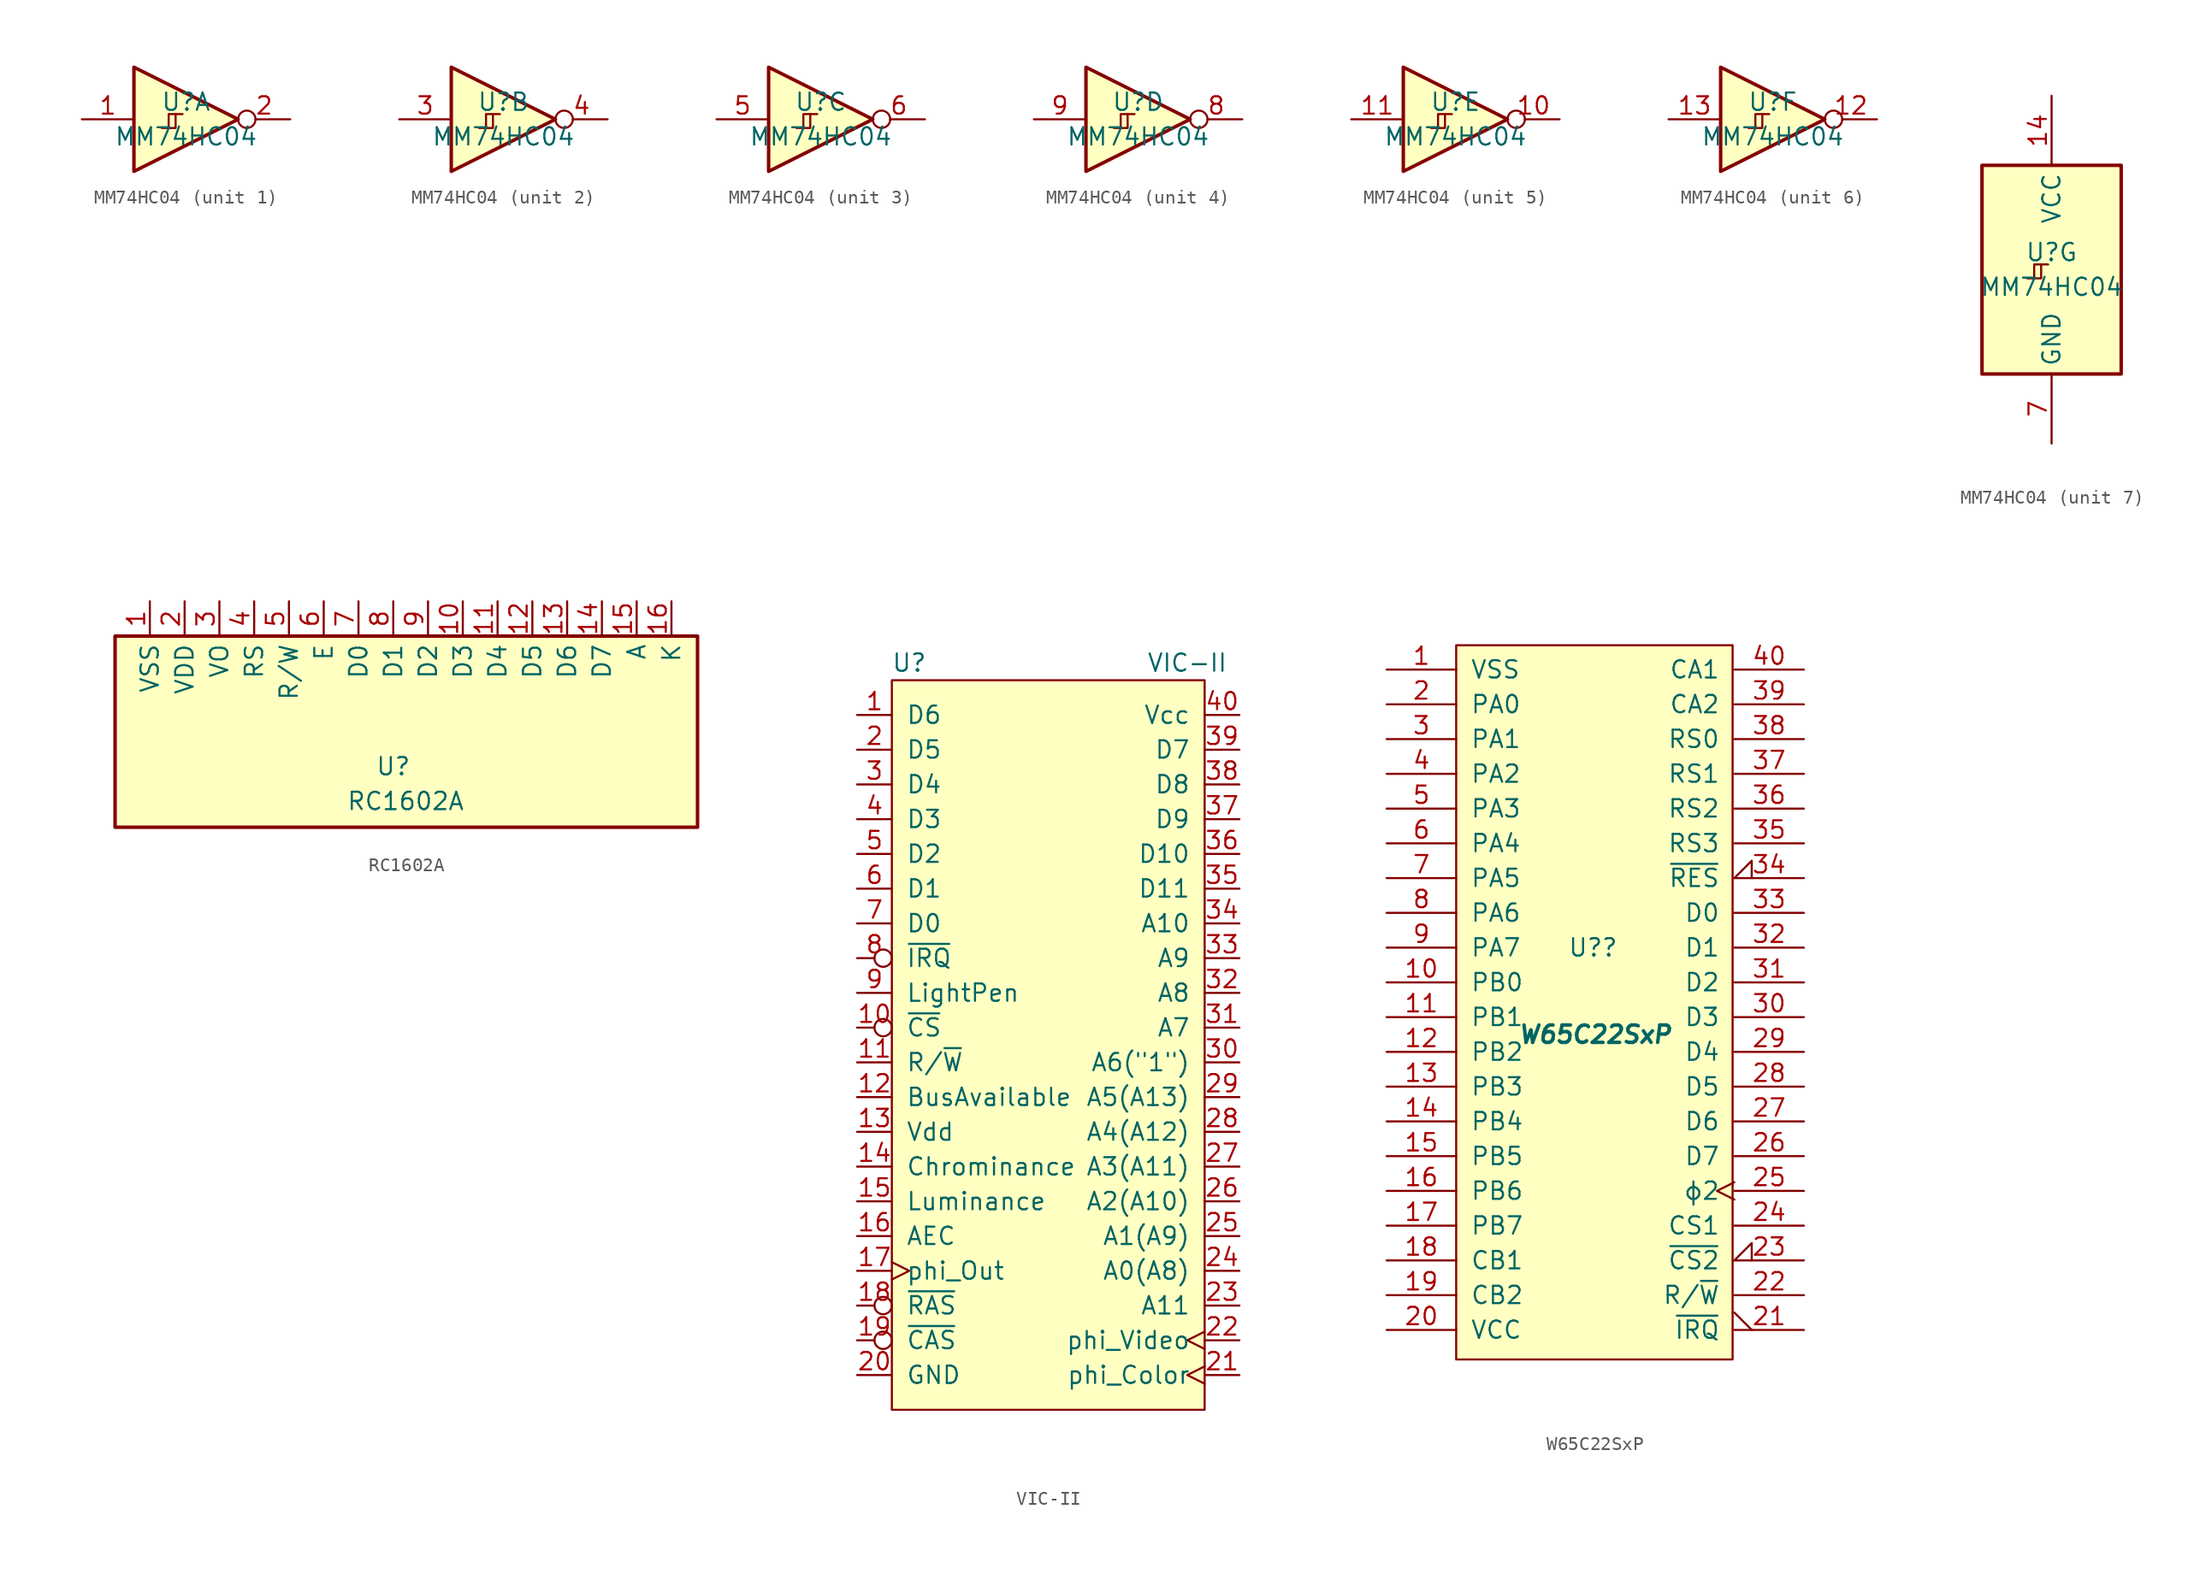
<source format=kicad_sym>
(kicad_symbol_lib
  (version 20220914)
  (generator kicad_symbol_editor)
  (symbol "MM74HC04"
    (property "Reference" "U"
      (at 0 1.27 0)
      (effects (font (size 1.27 1.27))))
    (property "Value" "MM74HC04"
      (at 0 -1.27 0)
      (effects (font (size 1.27 1.27))))
    (property "ki_locked" ""
      (at 0 0 0)
      (effects (font (size 1.27 1.27))))
    (symbol "MM74HC04_0_1"
      (polyline (pts (xy -0.762 0.381) (xy -0.254 0.381)) (stroke (width 0) (type default)) (fill (type none)))
      (polyline (pts (xy -1.27 -0.635) (xy -1.27 0.381) (xy -0.762 0.381) (xy -0.762 -0.635) (xy -1.778 -0.635)) (stroke (width 0) (type default)) (fill (type none))))
    (symbol "MM74HC04_1_0"
      (polyline (pts (xy -3.81 3.81) (xy -3.81 -3.81) (xy 3.81 0) (xy -3.81 3.81)) (stroke (width 0.254) (type default)) (fill (type background)))
      (pin input line (at -7.62 0 0) (length 3.81) (name "~" (effects (font (size 1.27 1.27)))) (number "1" (effects (font (size 1.27 1.27)))))
      (pin output inverted (at 7.62 0 180) (length 3.81) (name "~" (effects (font (size 1.27 1.27)))) (number "2" (effects (font (size 1.27 1.27))))))
    (symbol "MM74HC04_2_0"
      (polyline (pts (xy -3.81 3.81) (xy -3.81 -3.81) (xy 3.81 0) (xy -3.81 3.81)) (stroke (width 0.254) (type default)) (fill (type background)))
      (pin input line (at -7.62 0 0) (length 3.81) (name "~" (effects (font (size 1.27 1.27)))) (number "3" (effects (font (size 1.27 1.27)))))
      (pin output inverted (at 7.62 0 180) (length 3.81) (name "~" (effects (font (size 1.27 1.27)))) (number "4" (effects (font (size 1.27 1.27))))))
    (symbol "MM74HC04_3_0"
      (polyline (pts (xy -3.81 3.81) (xy -3.81 -3.81) (xy 3.81 0) (xy -3.81 3.81)) (stroke (width 0.254) (type default)) (fill (type background)))
      (pin input line (at -7.62 0 0) (length 3.81) (name "~" (effects (font (size 1.27 1.27)))) (number "5" (effects (font (size 1.27 1.27)))))
      (pin output inverted (at 7.62 0 180) (length 3.81) (name "~" (effects (font (size 1.27 1.27)))) (number "6" (effects (font (size 1.27 1.27))))))
    (symbol "MM74HC04_4_0"
      (polyline (pts (xy -3.81 3.81) (xy -3.81 -3.81) (xy 3.81 0) (xy -3.81 3.81)) (stroke (width 0.254) (type default)) (fill (type background)))
      (pin output inverted (at 7.62 0 180) (length 3.81) (name "~" (effects (font (size 1.27 1.27)))) (number "8" (effects (font (size 1.27 1.27)))))
      (pin input line (at -7.62 0 0) (length 3.81) (name "~" (effects (font (size 1.27 1.27)))) (number "9" (effects (font (size 1.27 1.27))))))
    (symbol "MM74HC04_5_0"
      (polyline (pts (xy -3.81 3.81) (xy -3.81 -3.81) (xy 3.81 0) (xy -3.81 3.81)) (stroke (width 0.254) (type default)) (fill (type background)))
      (pin output inverted (at 7.62 0 180) (length 3.81) (name "~" (effects (font (size 1.27 1.27)))) (number "10" (effects (font (size 1.27 1.27)))))
      (pin input line (at -7.62 0 0) (length 3.81) (name "~" (effects (font (size 1.27 1.27)))) (number "11" (effects (font (size 1.27 1.27))))))
    (symbol "MM74HC04_6_0"
      (polyline (pts (xy -3.81 3.81) (xy -3.81 -3.81) (xy 3.81 0) (xy -3.81 3.81)) (stroke (width 0.254) (type default)) (fill (type background)))
      (pin output inverted (at 7.62 0 180) (length 3.81) (name "~" (effects (font (size 1.27 1.27)))) (number "12" (effects (font (size 1.27 1.27)))))
      (pin input line (at -7.62 0 0) (length 3.81) (name "~" (effects (font (size 1.27 1.27)))) (number "13" (effects (font (size 1.27 1.27))))))
    (symbol "MM74HC04_7_0"
      (pin power_in line (at 0 12.7 270) (length 5.08) (name "VCC" (effects (font (size 1.27 1.27)))) (number "14" (effects (font (size 1.27 1.27)))))
      (pin power_in line (at 0 -12.7 90) (length 5.08) (name "GND" (effects (font (size 1.27 1.27)))) (number "7" (effects (font (size 1.27 1.27))))))
    (symbol "MM74HC04_7_1"
      (rectangle (start -5.08 7.62) (end 5.08 -7.62) (stroke (width 0.254) (type default)) (fill (type background)))))
  (symbol "RC1602A"
    (property "Reference" "U"
      (at -1.27 -2.54 0)
      (effects (font (size 1.27 1.27))))
    (property "Value" "RC1602A"
      (at -4.699 -5.08 0)
      (effects (font (size 1.27 1.27)) (justify left)))
    (symbol "RC1602A_0_1"
      (rectangle (start -21.59 6.985) (end 20.955 -6.985) (stroke (width 0.254) (type default)) (fill (type background))))
    (symbol "RC1602A_1_1"
      (pin power_in line (at -19.05 9.525 270) (length 2.54) (name "VSS" (effects (font (size 1.27 1.27)))) (number "1" (effects (font (size 1.27 1.27)))))
      (pin bidirectional line (at 3.81 9.525 270) (length 2.54) (name "D3" (effects (font (size 1.27 1.27)))) (number "10" (effects (font (size 1.27 1.27)))))
      (pin bidirectional line (at 6.35 9.525 270) (length 2.54) (name "D4" (effects (font (size 1.27 1.27)))) (number "11" (effects (font (size 1.27 1.27)))))
      (pin bidirectional line (at 8.89 9.525 270) (length 2.54) (name "D5" (effects (font (size 1.27 1.27)))) (number "12" (effects (font (size 1.27 1.27)))))
      (pin bidirectional line (at 11.43 9.525 270) (length 2.54) (name "D6" (effects (font (size 1.27 1.27)))) (number "13" (effects (font (size 1.27 1.27)))))
      (pin bidirectional line (at 13.97 9.525 270) (length 2.54) (name "D7" (effects (font (size 1.27 1.27)))) (number "14" (effects (font (size 1.27 1.27)))))
      (pin power_in line (at 16.51 9.525 270) (length 2.54) (name "A" (effects (font (size 1.27 1.27)))) (number "15" (effects (font (size 1.27 1.27)))))
      (pin power_in line (at 19.05 9.525 270) (length 2.54) (name "K" (effects (font (size 1.27 1.27)))) (number "16" (effects (font (size 1.27 1.27)))))
      (pin power_in line (at -16.51 9.525 270) (length 2.54) (name "VDD" (effects (font (size 1.27 1.27)))) (number "2" (effects (font (size 1.27 1.27)))))
      (pin power_in line (at -13.97 9.525 270) (length 2.54) (name "VO" (effects (font (size 1.27 1.27)))) (number "3" (effects (font (size 1.27 1.27)))))
      (pin input line (at -11.43 9.525 270) (length 2.54) (name "RS" (effects (font (size 1.27 1.27)))) (number "4" (effects (font (size 1.27 1.27)))))
      (pin input line (at -8.89 9.525 270) (length 2.54) (name "R/W" (effects (font (size 1.27 1.27)))) (number "5" (effects (font (size 1.27 1.27)))))
      (pin input line (at -6.35 9.525 270) (length 2.54) (name "E" (effects (font (size 1.27 1.27)))) (number "6" (effects (font (size 1.27 1.27)))))
      (pin bidirectional line (at -3.81 9.525 270) (length 2.54) (name "D0" (effects (font (size 1.27 1.27)))) (number "7" (effects (font (size 1.27 1.27)))))
      (pin bidirectional line (at -1.27 9.525 270) (length 2.54) (name "D1" (effects (font (size 1.27 1.27)))) (number "8" (effects (font (size 1.27 1.27)))))
      (pin bidirectional line (at 1.27 9.525 270) (length 2.54) (name "D2" (effects (font (size 1.27 1.27)))) (number "9" (effects (font (size 1.27 1.27)))))))
  (symbol "VIC-II"
    (pin_names
      (offset 1.016))
    (property "Reference" "U"
      (at -10.16 27.94 0)
      (effects (font (size 1.27 1.27))))
    (property "Value" "VIC-II"
      (at 10.16 27.94 0)
      (effects (font (size 1.27 1.27))))
    (symbol "VIC-II_0_1"
      (polyline (pts (xy 0 26.67) (xy 8.89 26.67) (xy 11.43 26.67) (xy 11.43 -26.67) (xy -11.43 -26.67) (xy -11.43 26.67) (xy 0 26.67)) (stroke (width 0) (type default)) (fill (type background))))
    (symbol "VIC-II_1_1"
      (pin bidirectional line (at -13.97 24.13 0) (length 2.54) (name "D6" (effects (font (size 1.27 1.27)))) (number "1" (effects (font (size 1.27 1.27)))))
      (pin input inverted (at -13.97 1.27 0) (length 2.54) (name "~{CS}" (effects (font (size 1.27 1.27)))) (number "10" (effects (font (size 1.27 1.27)))))
      (pin output line (at -13.97 -1.27 0) (length 2.54) (name "R/~{W}" (effects (font (size 1.27 1.27)))) (number "11" (effects (font (size 1.27 1.27)))))
      (pin output line (at -13.97 -3.81 0) (length 2.54) (name "BusAvailable" (effects (font (size 1.27 1.27)))) (number "12" (effects (font (size 1.27 1.27)))))
      (pin power_in line (at -13.97 -6.35 0) (length 2.54) (name "Vdd" (effects (font (size 1.27 1.27)))) (number "13" (effects (font (size 1.27 1.27)))))
      (pin output line (at -13.97 -8.89 0) (length 2.54) (name "Chrominance" (effects (font (size 1.27 1.27)))) (number "14" (effects (font (size 1.27 1.27)))))
      (pin output line (at -13.97 -11.43 0) (length 2.54) (name "Luminance" (effects (font (size 1.27 1.27)))) (number "15" (effects (font (size 1.27 1.27)))))
      (pin output line (at -13.97 -13.97 0) (length 2.54) (name "AEC" (effects (font (size 1.27 1.27)))) (number "16" (effects (font (size 1.27 1.27)))))
      (pin output clock (at -13.97 -16.51 0) (length 2.54) (name "phi_Out" (effects (font (size 1.27 1.27)))) (number "17" (effects (font (size 1.27 1.27)))))
      (pin input inverted (at -13.97 -19.05 0) (length 2.54) (name "~{RAS}" (effects (font (size 1.27 1.27)))) (number "18" (effects (font (size 1.27 1.27)))))
      (pin input inverted (at -13.97 -21.59 0) (length 2.54) (name "~{CAS}" (effects (font (size 1.27 1.27)))) (number "19" (effects (font (size 1.27 1.27)))))
      (pin bidirectional line (at -13.97 21.59 0) (length 2.54) (name "D5" (effects (font (size 1.27 1.27)))) (number "2" (effects (font (size 1.27 1.27)))))
      (pin power_in line (at -13.97 -24.13 0) (length 2.54) (name "GND" (effects (font (size 1.27 1.27)))) (number "20" (effects (font (size 1.27 1.27)))))
      (pin input clock (at 13.97 -24.13 180) (length 2.54) (name "phi_Color" (effects (font (size 1.27 1.27)))) (number "21" (effects (font (size 1.27 1.27)))))
      (pin input clock (at 13.97 -21.59 180) (length 2.54) (name "phi_Video" (effects (font (size 1.27 1.27)))) (number "22" (effects (font (size 1.27 1.27)))))
      (pin output line (at 13.97 -19.05 180) (length 2.54) (name "A11" (effects (font (size 1.27 1.27)))) (number "23" (effects (font (size 1.27 1.27)))))
      (pin output line (at 13.97 -16.51 180) (length 2.54) (name "A0(A8)" (effects (font (size 1.27 1.27)))) (number "24" (effects (font (size 1.27 1.27)))))
      (pin output line (at 13.97 -13.97 180) (length 2.54) (name "A1(A9)" (effects (font (size 1.27 1.27)))) (number "25" (effects (font (size 1.27 1.27)))))
      (pin output line (at 13.97 -11.43 180) (length 2.54) (name "A2(A10)" (effects (font (size 1.27 1.27)))) (number "26" (effects (font (size 1.27 1.27)))))
      (pin output line (at 13.97 -8.89 180) (length 2.54) (name "A3(A11)" (effects (font (size 1.27 1.27)))) (number "27" (effects (font (size 1.27 1.27)))))
      (pin output line (at 13.97 -6.35 180) (length 2.54) (name "A4(A12)" (effects (font (size 1.27 1.27)))) (number "28" (effects (font (size 1.27 1.27)))))
      (pin output line (at 13.97 -3.81 180) (length 2.54) (name "A5(A13)" (effects (font (size 1.27 1.27)))) (number "29" (effects (font (size 1.27 1.27)))))
      (pin bidirectional line (at -13.97 19.05 0) (length 2.54) (name "D4" (effects (font (size 1.27 1.27)))) (number "3" (effects (font (size 1.27 1.27)))))
      (pin output line (at 13.97 -1.27 180) (length 2.54) (name "A6(\"1\")" (effects (font (size 1.27 1.27)))) (number "30" (effects (font (size 1.27 1.27)))))
      (pin output line (at 13.97 1.27 180) (length 2.54) (name "A7" (effects (font (size 1.27 1.27)))) (number "31" (effects (font (size 1.27 1.27)))))
      (pin output line (at 13.97 3.81 180) (length 2.54) (name "A8" (effects (font (size 1.27 1.27)))) (number "32" (effects (font (size 1.27 1.27)))))
      (pin output line (at 13.97 6.35 180) (length 2.54) (name "A9" (effects (font (size 1.27 1.27)))) (number "33" (effects (font (size 1.27 1.27)))))
      (pin output line (at 13.97 8.89 180) (length 2.54) (name "A10" (effects (font (size 1.27 1.27)))) (number "34" (effects (font (size 1.27 1.27)))))
      (pin bidirectional line (at 13.97 11.43 180) (length 2.54) (name "D11" (effects (font (size 1.27 1.27)))) (number "35" (effects (font (size 1.27 1.27)))))
      (pin bidirectional line (at 13.97 13.97 180) (length 2.54) (name "D10" (effects (font (size 1.27 1.27)))) (number "36" (effects (font (size 1.27 1.27)))))
      (pin bidirectional line (at 13.97 16.51 180) (length 2.54) (name "D9" (effects (font (size 1.27 1.27)))) (number "37" (effects (font (size 1.27 1.27)))))
      (pin bidirectional line (at 13.97 19.05 180) (length 2.54) (name "D8" (effects (font (size 1.27 1.27)))) (number "38" (effects (font (size 1.27 1.27)))))
      (pin bidirectional line (at 13.97 21.59 180) (length 2.54) (name "D7" (effects (font (size 1.27 1.27)))) (number "39" (effects (font (size 1.27 1.27)))))
      (pin bidirectional line (at -13.97 16.51 0) (length 2.54) (name "D3" (effects (font (size 1.27 1.27)))) (number "4" (effects (font (size 1.27 1.27)))))
      (pin power_in line (at 13.97 24.13 180) (length 2.54) (name "Vcc" (effects (font (size 1.27 1.27)))) (number "40" (effects (font (size 1.27 1.27)))))
      (pin bidirectional line (at -13.97 13.97 0) (length 2.54) (name "D2" (effects (font (size 1.27 1.27)))) (number "5" (effects (font (size 1.27 1.27)))))
      (pin bidirectional line (at -13.97 11.43 0) (length 2.54) (name "D1" (effects (font (size 1.27 1.27)))) (number "6" (effects (font (size 1.27 1.27)))))
      (pin bidirectional line (at -13.97 8.89 0) (length 2.54) (name "D0" (effects (font (size 1.27 1.27)))) (number "7" (effects (font (size 1.27 1.27)))))
      (pin output inverted (at -13.97 6.35 0) (length 2.54) (name "~{IRQ}" (effects (font (size 1.27 1.27)))) (number "8" (effects (font (size 1.27 1.27)))))
      (pin input line (at -13.97 3.81 0) (length 2.54) (name "LightPen" (effects (font (size 1.27 1.27)))) (number "9" (effects (font (size 1.27 1.27)))))))
  (symbol "W65C22SxP"
    (pin_names
      (offset 1.016))
    (property "Reference" "U?"
      (at -2.019 5.08 0)
      (effects (font (size 1.27 1.27)) (justify left)))
    (property "Value" "W65C22SxP"
      (at 0 -1.27 0)
      (effects (font (size 1.27 1.27) bold italic)))
    (symbol "W65C22SxP_0_1"
      (rectangle (start -10.16 27.178) (end 10.033 -25.019) (stroke (width 0) (type default)) (fill (type background))))
    (symbol "W65C22SxP_1_1"
      (pin power_in line (at -15.24 25.4 0) (length 5.08) (name "VSS" (effects (font (size 1.27 1.27)))) (number "1" (effects (font (size 1.27 1.27)))))
      (pin bidirectional line (at -15.24 2.54 0) (length 5.08) (name "PB0" (effects (font (size 1.27 1.27)))) (number "10" (effects (font (size 1.27 1.27)))))
      (pin bidirectional line (at -15.24 0 0) (length 5.08) (name "PB1" (effects (font (size 1.27 1.27)))) (number "11" (effects (font (size 1.27 1.27)))))
      (pin bidirectional line (at -15.24 -2.54 0) (length 5.08) (name "PB2" (effects (font (size 1.27 1.27)))) (number "12" (effects (font (size 1.27 1.27)))))
      (pin bidirectional line (at -15.24 -5.08 0) (length 5.08) (name "PB3" (effects (font (size 1.27 1.27)))) (number "13" (effects (font (size 1.27 1.27)))))
      (pin bidirectional line (at -15.24 -7.62 0) (length 5.08) (name "PB4" (effects (font (size 1.27 1.27)))) (number "14" (effects (font (size 1.27 1.27)))))
      (pin bidirectional line (at -15.24 -10.16 0) (length 5.08) (name "PB5" (effects (font (size 1.27 1.27)))) (number "15" (effects (font (size 1.27 1.27)))))
      (pin bidirectional line (at -15.24 -12.7 0) (length 5.08) (name "PB6" (effects (font (size 1.27 1.27)))) (number "16" (effects (font (size 1.27 1.27)))))
      (pin bidirectional line (at -15.24 -15.24 0) (length 5.08) (name "PB7" (effects (font (size 1.27 1.27)))) (number "17" (effects (font (size 1.27 1.27)))))
      (pin input line (at -15.24 -17.78 0) (length 5.08) (name "CB1" (effects (font (size 1.27 1.27)))) (number "18" (effects (font (size 1.27 1.27)))))
      (pin bidirectional line (at -15.24 -20.32 0) (length 5.08) (name "CB2" (effects (font (size 1.27 1.27)))) (number "19" (effects (font (size 1.27 1.27)))))
      (pin bidirectional line (at -15.24 22.86 0) (length 5.08) (name "PA0" (effects (font (size 1.27 1.27)))) (number "2" (effects (font (size 1.27 1.27)))))
      (pin power_in line (at -15.24 -22.86 0) (length 5.08) (name "VCC" (effects (font (size 1.27 1.27)))) (number "20" (effects (font (size 1.27 1.27)))))
      (pin output output_low (at 15.24 -22.86 180) (length 5.08) (name "~{IRQ}" (effects (font (size 1.27 1.27)))) (number "21" (effects (font (size 1.27 1.27)))))
      (pin input line (at 15.24 -20.32 180) (length 5.08) (name "R/~{W}" (effects (font (size 1.27 1.27)))) (number "22" (effects (font (size 1.27 1.27)))))
      (pin input input_low (at 15.24 -17.78 180) (length 5.08) (name "~{CS2}" (effects (font (size 1.27 1.27)))) (number "23" (effects (font (size 1.27 1.27)))))
      (pin input line (at 15.24 -15.24 180) (length 5.08) (name "CS1" (effects (font (size 1.27 1.27)))) (number "24" (effects (font (size 1.27 1.27)))))
      (pin input clock (at 15.24 -12.7 180) (length 5.08) (name "ϕ2" (effects (font (size 1.27 1.27)))) (number "25" (effects (font (size 1.27 1.27)))))
      (pin bidirectional line (at 15.24 -10.16 180) (length 5.08) (name "D7" (effects (font (size 1.27 1.27)))) (number "26" (effects (font (size 1.27 1.27)))))
      (pin bidirectional line (at 15.24 -7.62 180) (length 5.08) (name "D6" (effects (font (size 1.27 1.27)))) (number "27" (effects (font (size 1.27 1.27)))))
      (pin bidirectional line (at 15.24 -5.08 180) (length 5.08) (name "D5" (effects (font (size 1.27 1.27)))) (number "28" (effects (font (size 1.27 1.27)))))
      (pin bidirectional line (at 15.24 -2.54 180) (length 5.08) (name "D4" (effects (font (size 1.27 1.27)))) (number "29" (effects (font (size 1.27 1.27)))))
      (pin bidirectional line (at -15.24 20.32 0) (length 5.08) (name "PA1" (effects (font (size 1.27 1.27)))) (number "3" (effects (font (size 1.27 1.27)))))
      (pin bidirectional line (at 15.24 0 180) (length 5.08) (name "D3" (effects (font (size 1.27 1.27)))) (number "30" (effects (font (size 1.27 1.27)))))
      (pin bidirectional line (at 15.24 2.54 180) (length 5.08) (name "D2" (effects (font (size 1.27 1.27)))) (number "31" (effects (font (size 1.27 1.27)))))
      (pin bidirectional line (at 15.24 5.08 180) (length 5.08) (name "D1" (effects (font (size 1.27 1.27)))) (number "32" (effects (font (size 1.27 1.27)))))
      (pin bidirectional line (at 15.24 7.62 180) (length 5.08) (name "D0" (effects (font (size 1.27 1.27)))) (number "33" (effects (font (size 1.27 1.27)))))
      (pin input input_low (at 15.24 10.16 180) (length 5.08) (name "~{RES}" (effects (font (size 1.27 1.27)))) (number "34" (effects (font (size 1.27 1.27)))))
      (pin input line (at 15.24 12.7 180) (length 5.08) (name "RS3" (effects (font (size 1.27 1.27)))) (number "35" (effects (font (size 1.27 1.27)))))
      (pin input line (at 15.24 15.24 180) (length 5.08) (name "RS2" (effects (font (size 1.27 1.27)))) (number "36" (effects (font (size 1.27 1.27)))))
      (pin input line (at 15.24 17.78 180) (length 5.08) (name "RS1" (effects (font (size 1.27 1.27)))) (number "37" (effects (font (size 1.27 1.27)))))
      (pin input line (at 15.24 20.32 180) (length 5.08) (name "RS0" (effects (font (size 1.27 1.27)))) (number "38" (effects (font (size 1.27 1.27)))))
      (pin bidirectional line (at 15.24 22.86 180) (length 5.08) (name "CA2" (effects (font (size 1.27 1.27)))) (number "39" (effects (font (size 1.27 1.27)))))
      (pin bidirectional line (at -15.24 17.78 0) (length 5.08) (name "PA2" (effects (font (size 1.27 1.27)))) (number "4" (effects (font (size 1.27 1.27)))))
      (pin input line (at 15.24 25.4 180) (length 5.08) (name "CA1" (effects (font (size 1.27 1.27)))) (number "40" (effects (font (size 1.27 1.27)))))
      (pin bidirectional line (at -15.24 15.24 0) (length 5.08) (name "PA3" (effects (font (size 1.27 1.27)))) (number "5" (effects (font (size 1.27 1.27)))))
      (pin bidirectional line (at -15.24 12.7 0) (length 5.08) (name "PA4" (effects (font (size 1.27 1.27)))) (number "6" (effects (font (size 1.27 1.27)))))
      (pin bidirectional line (at -15.24 10.16 0) (length 5.08) (name "PA5" (effects (font (size 1.27 1.27)))) (number "7" (effects (font (size 1.27 1.27)))))
      (pin bidirectional line (at -15.24 7.62 0) (length 5.08) (name "PA6" (effects (font (size 1.27 1.27)))) (number "8" (effects (font (size 1.27 1.27)))))
      (pin bidirectional line (at -15.24 5.08 0) (length 5.08) (name "PA7" (effects (font (size 1.27 1.27)))) (number "9" (effects (font (size 1.27 1.27))))))))
</source>
